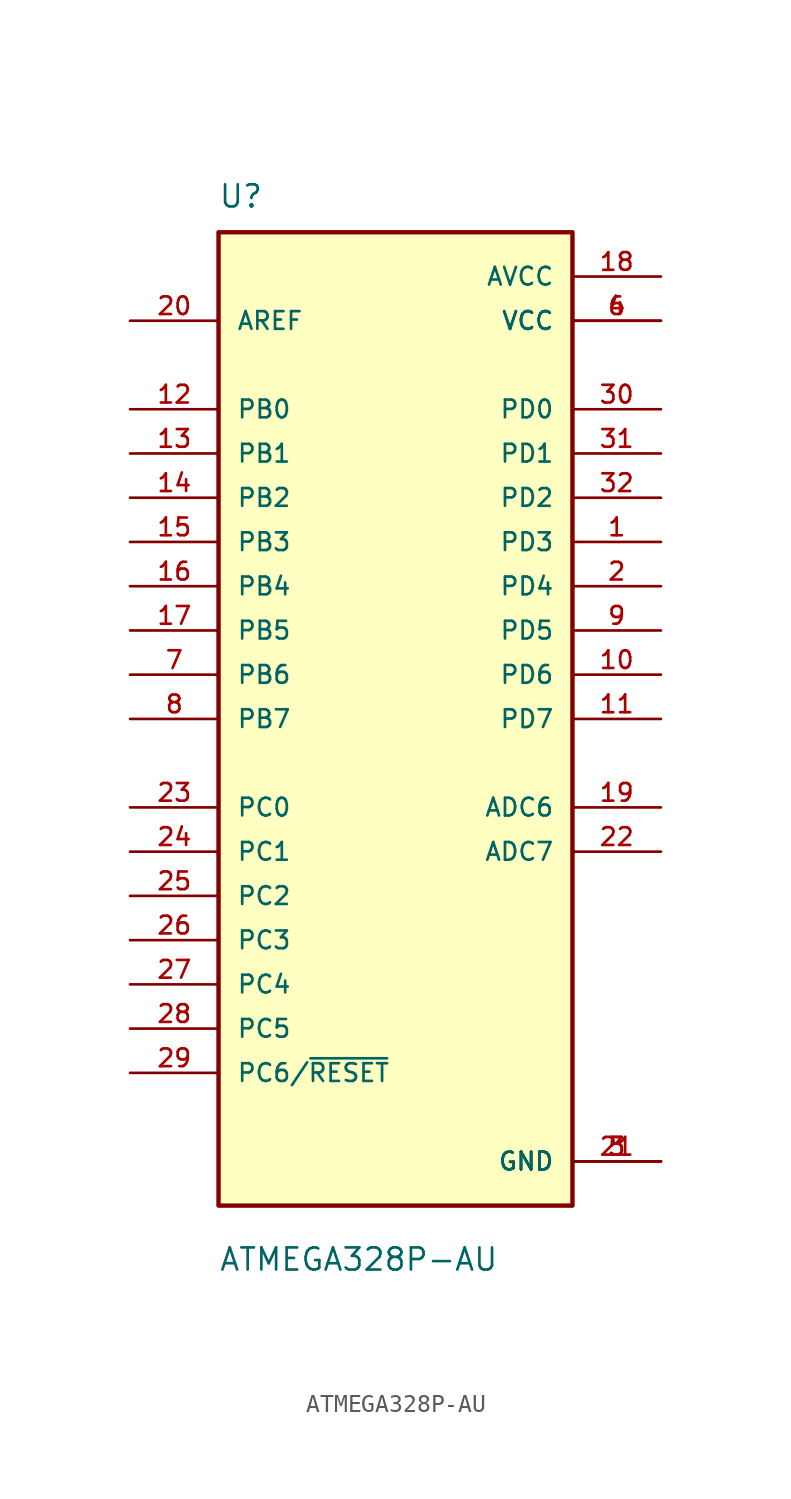
<source format=kicad_sym>
(kicad_symbol_lib
  (version 20211014)
  (generator kicad_symbol_editor)
  (symbol "ATMEGA328P-AU"
    (pin_names
      (offset 1.016))
    (property "Reference" "U"
      (at -10.185 29.261 0)
      (effects (font (size 1.27 1.27)) (justify left bottom)))
    (property "Value" "ATMEGA328P-AU"
      (at -10.16 -31.775 0)
      (effects (font (size 1.27 1.27)) (justify left bottom)))
    (property "ki_locked" ""
      (at 0 0 0)
      (effects (font (size 1.27 1.27))))
    (symbol "ATMEGA328P-AU_0_0"
      (rectangle (start -10.16 -27.94) (end 10.16 27.94) (stroke (width 0.254) (type default) (color 0 0 0 0)) (fill (type background)))
      (pin bidirectional line (at 15.24 10.16 180) (length 5.08) (name "PD3" (effects (font (size 1.016 1.016)))) (number "1" (effects (font (size 1.016 1.016)))))
      (pin bidirectional line (at 15.24 2.54 180) (length 5.08) (name "PD6" (effects (font (size 1.016 1.016)))) (number "10" (effects (font (size 1.016 1.016)))))
      (pin bidirectional line (at 15.24 0 180) (length 5.08) (name "PD7" (effects (font (size 1.016 1.016)))) (number "11" (effects (font (size 1.016 1.016)))))
      (pin bidirectional line (at -15.24 17.78 0) (length 5.08) (name "PB0" (effects (font (size 1.016 1.016)))) (number "12" (effects (font (size 1.016 1.016)))))
      (pin bidirectional line (at -15.24 15.24 0) (length 5.08) (name "PB1" (effects (font (size 1.016 1.016)))) (number "13" (effects (font (size 1.016 1.016)))))
      (pin bidirectional line (at -15.24 12.7 0) (length 5.08) (name "PB2" (effects (font (size 1.016 1.016)))) (number "14" (effects (font (size 1.016 1.016)))))
      (pin bidirectional line (at -15.24 10.16 0) (length 5.08) (name "PB3" (effects (font (size 1.016 1.016)))) (number "15" (effects (font (size 1.016 1.016)))))
      (pin bidirectional line (at -15.24 7.62 0) (length 5.08) (name "PB4" (effects (font (size 1.016 1.016)))) (number "16" (effects (font (size 1.016 1.016)))))
      (pin bidirectional line (at -15.24 5.08 0) (length 5.08) (name "PB5" (effects (font (size 1.016 1.016)))) (number "17" (effects (font (size 1.016 1.016)))))
      (pin power_in line (at 15.24 25.4 180) (length 5.08) (name "AVCC" (effects (font (size 1.016 1.016)))) (number "18" (effects (font (size 1.016 1.016)))))
      (pin bidirectional line (at 15.24 -5.08 180) (length 5.08) (name "ADC6" (effects (font (size 1.016 1.016)))) (number "19" (effects (font (size 1.016 1.016)))))
      (pin bidirectional line (at 15.24 7.62 180) (length 5.08) (name "PD4" (effects (font (size 1.016 1.016)))) (number "2" (effects (font (size 1.016 1.016)))))
      (pin input line (at -15.24 22.86 0) (length 5.08) (name "AREF" (effects (font (size 1.016 1.016)))) (number "20" (effects (font (size 1.016 1.016)))))
      (pin power_in line (at 15.24 -25.4 180) (length 5.08) (name "GND" (effects (font (size 1.016 1.016)))) (number "21" (effects (font (size 1.016 1.016)))))
      (pin bidirectional line (at 15.24 -7.62 180) (length 5.08) (name "ADC7" (effects (font (size 1.016 1.016)))) (number "22" (effects (font (size 1.016 1.016)))))
      (pin bidirectional line (at -15.24 -5.08 0) (length 5.08) (name "PC0" (effects (font (size 1.016 1.016)))) (number "23" (effects (font (size 1.016 1.016)))))
      (pin bidirectional line (at -15.24 -7.62 0) (length 5.08) (name "PC1" (effects (font (size 1.016 1.016)))) (number "24" (effects (font (size 1.016 1.016)))))
      (pin bidirectional line (at -15.24 -10.16 0) (length 5.08) (name "PC2" (effects (font (size 1.016 1.016)))) (number "25" (effects (font (size 1.016 1.016)))))
      (pin bidirectional line (at -15.24 -12.7 0) (length 5.08) (name "PC3" (effects (font (size 1.016 1.016)))) (number "26" (effects (font (size 1.016 1.016)))))
      (pin bidirectional line (at -15.24 -15.24 0) (length 5.08) (name "PC4" (effects (font (size 1.016 1.016)))) (number "27" (effects (font (size 1.016 1.016)))))
      (pin bidirectional line (at -15.24 -17.78 0) (length 5.08) (name "PC5" (effects (font (size 1.016 1.016)))) (number "28" (effects (font (size 1.016 1.016)))))
      (pin bidirectional line (at -15.24 -20.32 0) (length 5.08) (name "PC6/~{RESET}" (effects (font (size 1.016 1.016)))) (number "29" (effects (font (size 1.016 1.016)))))
      (pin power_in line (at 15.24 -25.4 180) (length 5.08) (name "GND" (effects (font (size 1.016 1.016)))) (number "3" (effects (font (size 1.016 1.016)))))
      (pin bidirectional line (at 15.24 17.78 180) (length 5.08) (name "PD0" (effects (font (size 1.016 1.016)))) (number "30" (effects (font (size 1.016 1.016)))))
      (pin bidirectional line (at 15.24 15.24 180) (length 5.08) (name "PD1" (effects (font (size 1.016 1.016)))) (number "31" (effects (font (size 1.016 1.016)))))
      (pin bidirectional line (at 15.24 12.7 180) (length 5.08) (name "PD2" (effects (font (size 1.016 1.016)))) (number "32" (effects (font (size 1.016 1.016)))))
      (pin power_in line (at 15.24 22.86 180) (length 5.08) (name "VCC" (effects (font (size 1.016 1.016)))) (number "4" (effects (font (size 1.016 1.016)))))
      (pin power_in line (at 15.24 -25.4 180) (length 5.08) (name "GND" (effects (font (size 1.016 1.016)))) (number "5" (effects (font (size 1.016 1.016)))))
      (pin power_in line (at 15.24 22.86 180) (length 5.08) (name "VCC" (effects (font (size 1.016 1.016)))) (number "6" (effects (font (size 1.016 1.016)))))
      (pin bidirectional line (at -15.24 2.54 0) (length 5.08) (name "PB6" (effects (font (size 1.016 1.016)))) (number "7" (effects (font (size 1.016 1.016)))))
      (pin bidirectional line (at -15.24 0 0) (length 5.08) (name "PB7" (effects (font (size 1.016 1.016)))) (number "8" (effects (font (size 1.016 1.016)))))
      (pin bidirectional line (at 15.24 5.08 180) (length 5.08) (name "PD5" (effects (font (size 1.016 1.016)))) (number "9" (effects (font (size 1.016 1.016))))))))
</source>
